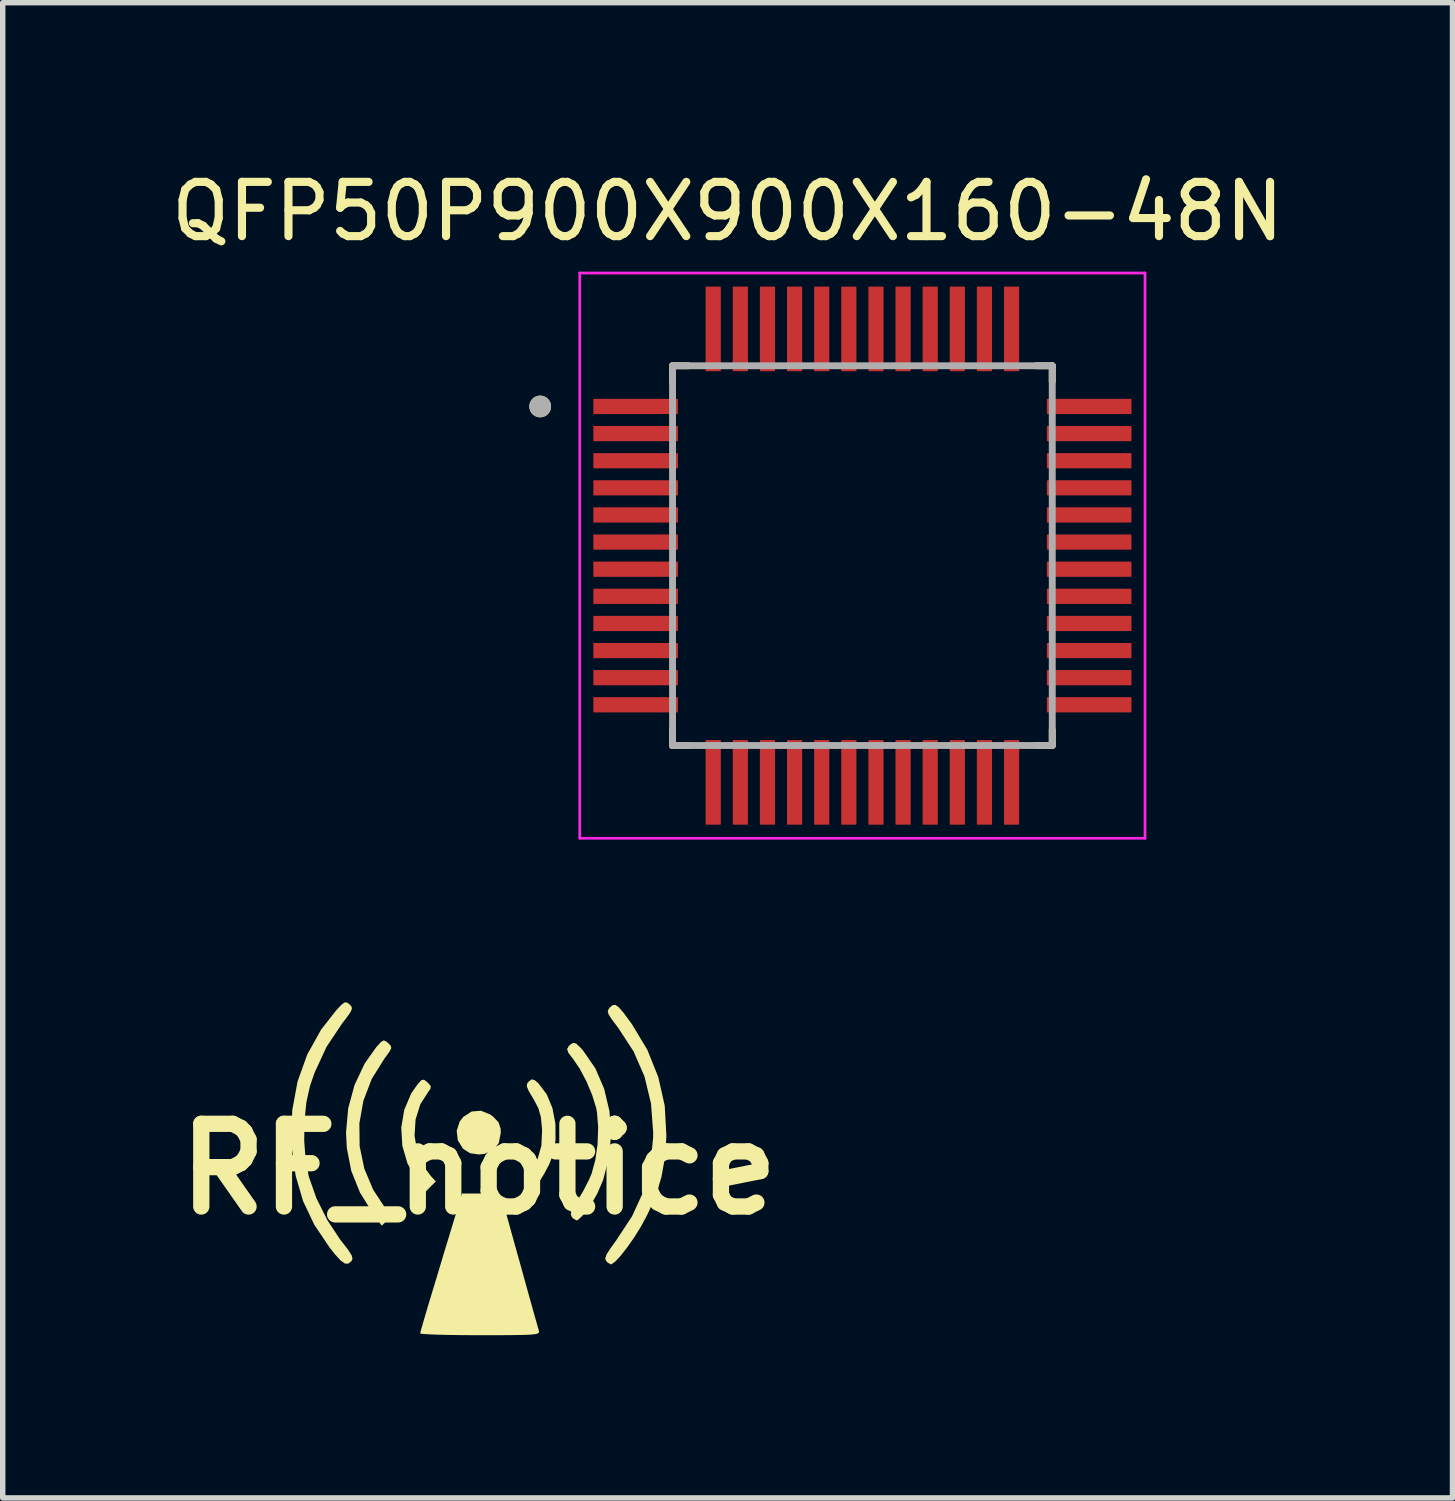
<source format=kicad_pcb>
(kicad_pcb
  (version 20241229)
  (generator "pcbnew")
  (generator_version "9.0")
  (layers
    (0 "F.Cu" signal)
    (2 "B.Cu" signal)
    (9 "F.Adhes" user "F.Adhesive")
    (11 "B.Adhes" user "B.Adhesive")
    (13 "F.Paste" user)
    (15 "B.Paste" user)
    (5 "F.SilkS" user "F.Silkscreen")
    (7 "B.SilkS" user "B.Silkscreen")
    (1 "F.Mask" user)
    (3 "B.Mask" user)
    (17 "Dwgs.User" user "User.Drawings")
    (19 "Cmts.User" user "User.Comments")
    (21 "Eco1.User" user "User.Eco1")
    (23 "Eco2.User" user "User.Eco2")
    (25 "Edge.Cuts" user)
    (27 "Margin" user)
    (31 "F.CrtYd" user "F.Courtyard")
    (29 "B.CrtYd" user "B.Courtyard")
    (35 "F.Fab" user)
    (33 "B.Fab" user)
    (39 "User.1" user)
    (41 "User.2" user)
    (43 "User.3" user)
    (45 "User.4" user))
  (footprint "RF_notice"
    (layer "F.Cu")
    (at 5.777 18.502)
    (property "Reference" "RF_notice" (at 0 0 0) (layer "F.SilkS") (effects (font (size 1.524 1.524) (thickness 0.3))))
    (attr board_only exclude_from_pos_files exclude_from_bom)
    (fp_poly (pts (xy 0.213 -1.005) (xy 0.267 -0.964) (xy 0.364 -0.861) (xy 0.402 -0.744) (xy 0.405 -0.669) (xy 0.368 -0.481) (xy 0.263 -0.348) (xy 0.097 -0.279) (xy 0 -0.27) (xy -0.163 -0.293) (xy -0.286 -0.372) (xy -0.295 -0.381) (xy -0.388 -0.532) (xy -0.408 -0.706) (xy -0.353 -0.876) (xy -0.287 -0.962) (xy -0.132 -1.062) (xy 0.039 -1.076)) (stroke (width 0) (type solid)) (fill yes) (layer "F.SilkS"))
    (fp_poly (pts (xy -0.944 -1.598) (xy -0.885 -1.53) (xy -0.894 -1.475) (xy -0.918 -1.445) (xy -1.077 -1.198) (xy -1.166 -0.915) (xy -1.185 -0.615) (xy -1.134 -0.319) (xy -1.013 -0.044) (xy -0.887 0.125) (xy -0.793 0.227) (xy -0.982 0.416) (xy -1.144 0.197) (xy -1.315 -0.103) (xy -1.41 -0.429) (xy -1.43 -0.765) (xy -1.375 -1.092) (xy -1.246 -1.397) (xy -1.123 -1.571) (xy -1.057 -1.642) (xy -1.009 -1.648)) (stroke (width 0) (type solid)) (fill yes) (layer "F.SilkS"))
    (fp_poly (pts (xy -1.706 -2.353) (xy -1.671 -2.323) (xy -1.624 -2.275) (xy -1.614 -2.23) (xy -1.648 -2.163) (xy -1.73 -2.051) (xy -1.74 -2.038) (xy -1.974 -1.663) (xy -2.128 -1.26) (xy -2.202 -0.843) (xy -2.197 -0.423) (xy -2.112 -0.011) (xy -1.947 0.381) (xy -1.744 0.69) (xy -1.608 0.863) (xy -1.789 1.043) (xy -1.947 0.825) (xy -2.192 0.431) (xy -2.352 0.031) (xy -2.434 -0.393) (xy -2.448 -0.676) (xy -2.408 -1.121) (xy -2.291 -1.551) (xy -2.104 -1.947) (xy -1.89 -2.249) (xy -1.807 -2.341) (xy -1.754 -2.373)) (stroke (width 0) (type solid)) (fill yes) (layer "F.SilkS"))
    (fp_poly (pts (xy 1.029 -1.64) (xy 1.099 -1.581) (xy 1.251 -1.38) (xy 1.357 -1.125) (xy 1.412 -0.836) (xy 1.414 -0.536) (xy 1.36 -0.249) (xy 1.298 -0.09) (xy 1.218 0.063) (xy 1.138 0.197) (xy 1.093 0.261) (xy 1.031 0.331) (xy 0.987 0.334) (xy 0.93 0.278) (xy 0.885 0.219) (xy 0.882 0.164) (xy 0.925 0.083) (xy 0.963 0.026) (xy 1.088 -0.2) (xy 1.153 -0.432) (xy 1.166 -0.705) (xy 1.163 -0.764) (xy 1.143 -0.964) (xy 1.098 -1.12) (xy 1.016 -1.279) (xy 0.998 -1.308) (xy 0.919 -1.441) (xy 0.885 -1.523) (xy 0.89 -1.576) (xy 0.92 -1.615) (xy 0.975 -1.655)) (stroke (width 0) (type solid)) (fill yes) (layer "F.SilkS"))
    (fp_poly (pts (xy 1.799 -2.311) (xy 1.877 -2.236) (xy 1.923 -2.184) (xy 2.149 -1.856) (xy 2.311 -1.479) (xy 2.408 -1.069) (xy 2.439 -0.642) (xy 2.4 -0.214) (xy 2.292 0.2) (xy 2.183 0.453) (xy 2.097 0.604) (xy 1.999 0.749) (xy 1.904 0.866) (xy 1.829 0.935) (xy 1.803 0.946) (xy 1.747 0.915) (xy 1.714 0.882) (xy 1.694 0.83) (xy 1.716 0.753) (xy 1.784 0.633) (xy 1.823 0.574) (xy 1.929 0.395) (xy 2.029 0.199) (xy 2.078 0.086) (xy 2.147 -0.165) (xy 2.189 -0.463) (xy 2.2 -0.77) (xy 2.178 -1.047) (xy 2.162 -1.131) (xy 2.09 -1.364) (xy 1.985 -1.614) (xy 1.863 -1.846) (xy 1.74 -2.027) (xy 1.734 -2.035) (xy 1.651 -2.143) (xy 1.627 -2.213) (xy 1.66 -2.271) (xy 1.695 -2.302) (xy 1.745 -2.329)) (stroke (width 0) (type solid)) (fill yes) (layer "F.SilkS"))
    (fp_poly (pts (xy -2.425 -3.069) (xy -2.383 -3.037) (xy -2.346 -2.996) (xy -2.34 -2.951) (xy -2.371 -2.885) (xy -2.448 -2.778) (xy -2.519 -2.686) (xy -2.807 -2.255) (xy -3.03 -1.772) (xy -3.113 -1.53) (xy -3.179 -1.234) (xy -3.214 -0.887) (xy -3.219 -0.521) (xy -3.193 -0.169) (xy -3.135 0.135) (xy -2.994 0.538) (xy -2.793 0.94) (xy -2.554 1.302) (xy -2.517 1.348) (xy -2.403 1.496) (xy -2.343 1.594) (xy -2.329 1.656) (xy -2.345 1.692) (xy -2.404 1.742) (xy -2.467 1.742) (xy -2.548 1.685) (xy -2.658 1.563) (xy -2.745 1.454) (xy -3.032 1.028) (xy -3.24 0.59) (xy -3.377 0.121) (xy -3.448 -0.394) (xy -3.455 -0.525) (xy -3.44 -1.082) (xy -3.342 -1.614) (xy -3.163 -2.113) (xy -2.907 -2.572) (xy -2.63 -2.926) (xy -2.533 -3.029) (xy -2.472 -3.074)) (stroke (width 0) (type solid)) (fill yes) (layer "F.SilkS"))
    (fp_poly (pts (xy 0.227 0.453) (xy 0.338 0.465) (xy 0.397 0.489) (xy 0.423 0.529) (xy 0.44 0.592) (xy 0.479 0.73) (xy 0.535 0.93) (xy 0.604 1.179) (xy 0.684 1.466) (xy 0.765 1.756) (xy 0.851 2.067) (xy 0.93 2.352) (xy 0.999 2.598) (xy 1.054 2.794) (xy 1.092 2.927) (xy 1.108 2.984) (xy 1.11 3.008) (xy 1.093 3.027) (xy 1.048 3.041) (xy 0.963 3.051) (xy 0.828 3.057) (xy 0.634 3.06) (xy 0.37 3.062) (xy 0.026 3.062) (xy 0.026 3.062) (xy -0.279 3.061) (xy -0.552 3.057) (xy -0.781 3.052) (xy -0.952 3.044) (xy -1.056 3.036) (xy -1.081 3.029) (xy -1.076 3.005) (xy -1.061 2.947) (xy -1.033 2.849) (xy -0.991 2.706) (xy -0.933 2.51) (xy -0.856 2.256) (xy -0.76 1.938) (xy -0.643 1.548) (xy -0.501 1.082) (xy -0.422 0.822) (xy -0.31 0.45) (xy 0.045 0.45)) (stroke (width 0) (type solid)) (fill yes) (layer "F.SilkS"))
    (fp_poly (pts (xy 2.577 -2.986) (xy 2.662 -2.889) (xy 2.782 -2.727) (xy 2.82 -2.675) (xy 3.106 -2.2) (xy 3.309 -1.695) (xy 3.427 -1.169) (xy 3.457 -0.627) (xy 3.454 -0.54) (xy 3.423 -0.17) (xy 3.366 0.148) (xy 3.275 0.449) (xy 3.14 0.769) (xy 3.087 0.878) (xy 2.987 1.062) (xy 2.869 1.252) (xy 2.743 1.432) (xy 2.623 1.587) (xy 2.521 1.699) (xy 2.447 1.754) (xy 2.434 1.756) (xy 2.378 1.726) (xy 2.346 1.693) (xy 2.33 1.647) (xy 2.354 1.575) (xy 2.424 1.464) (xy 2.527 1.322) (xy 2.824 0.871) (xy 3.035 0.411) (xy 3.163 -0.069) (xy 3.213 -0.581) (xy 3.214 -0.676) (xy 3.174 -1.21) (xy 3.054 -1.706) (xy 2.853 -2.169) (xy 2.566 -2.609) (xy 2.549 -2.631) (xy 2.445 -2.769) (xy 2.39 -2.856) (xy 2.377 -2.913) (xy 2.398 -2.958) (xy 2.416 -2.98) (xy 2.466 -3.023) (xy 2.516 -3.028)) (stroke (width 0) (type solid)) (fill yes) (layer "F.SilkS")))
  (footprint "QFP50P900X900X160-48N"
    (layer "F.Cu")
    (at 12.848 7.193)
    (property "Reference" "QFP50P900X900X160-48N" (at -2.485 -6.345 0) (layer "F.SilkS") (effects (font (size 1 1) (thickness 0.15))))
    (attr through_hole)
    (fp_line (start -3.5 -3.5) (end -3.5 -3.21) (stroke (width 0.127) (type solid)) (layer "F.SilkS"))
    (fp_line (start -3.5 -3.5) (end -3.21 -3.5) (stroke (width 0.127) (type solid)) (layer "F.SilkS"))
    (fp_line (start -3.5 3.5) (end -3.5 3.21) (stroke (width 0.127) (type solid)) (layer "F.SilkS"))
    (fp_line (start -3.5 3.5) (end -3.21 3.5) (stroke (width 0.127) (type solid)) (layer "F.SilkS"))
    (fp_line (start 3.5 -3.5) (end 3.21 -3.5) (stroke (width 0.127) (type solid)) (layer "F.SilkS"))
    (fp_line (start 3.5 -3.5) (end 3.5 -3.21) (stroke (width 0.127) (type solid)) (layer "F.SilkS"))
    (fp_line (start 3.5 3.5) (end 3.21 3.5) (stroke (width 0.127) (type solid)) (layer "F.SilkS"))
    (fp_line (start 3.5 3.5) (end 3.5 3.21) (stroke (width 0.127) (type solid)) (layer "F.SilkS"))
    (fp_circle (center -5.94 -2.75) (end -5.84 -2.75) (stroke (width 0.2) (type solid)) (fill no) (layer "F.SilkS"))
    (fp_line (start -5.21 -5.21) (end 5.21 -5.21) (stroke (width 0.05) (type solid)) (layer "F.CrtYd"))
    (fp_line (start -5.21 5.21) (end -5.21 -5.21) (stroke (width 0.05) (type solid)) (layer "F.CrtYd"))
    (fp_line (start -5.21 5.21) (end 5.21 5.21) (stroke (width 0.05) (type solid)) (layer "F.CrtYd"))
    (fp_line (start 5.21 5.21) (end 5.21 -5.21) (stroke (width 0.05) (type solid)) (layer "F.CrtYd"))
    (fp_line (start -3.5 3.5) (end -3.5 -3.5) (stroke (width 0.127) (type solid)) (layer "F.Fab"))
    (fp_line (start 3.5 -3.5) (end -3.5 -3.5) (stroke (width 0.127) (type solid)) (layer "F.Fab"))
    (fp_line (start 3.5 3.5) (end -3.5 3.5) (stroke (width 0.127) (type solid)) (layer "F.Fab"))
    (fp_line (start 3.5 3.5) (end 3.5 -3.5) (stroke (width 0.127) (type solid)) (layer "F.Fab"))
    (fp_circle (center -5.94 -2.75) (end -5.84 -2.75) (stroke (width 0.2) (type solid)) (fill no) (layer "F.Fab"))
    (pad "1" smd roundrect (at -4.18 -2.75) (size 1.56 0.28) (layers "F.Cu" "F.Mask" "F.Paste") (roundrect_rratio 0.04))
    (pad "2" smd roundrect (at -4.18 -2.25) (size 1.56 0.28) (layers "F.Cu" "F.Mask" "F.Paste") (roundrect_rratio 0.04))
    (pad "3" smd roundrect (at -4.18 -1.75) (size 1.56 0.28) (layers "F.Cu" "F.Mask" "F.Paste") (roundrect_rratio 0.04))
    (pad "4" smd roundrect (at -4.18 -1.25) (size 1.56 0.28) (layers "F.Cu" "F.Mask" "F.Paste") (roundrect_rratio 0.04))
    (pad "5" smd roundrect (at -4.18 -0.75) (size 1.56 0.28) (layers "F.Cu" "F.Mask" "F.Paste") (roundrect_rratio 0.04))
    (pad "6" smd roundrect (at -4.18 -0.25) (size 1.56 0.28) (layers "F.Cu" "F.Mask" "F.Paste") (roundrect_rratio 0.04))
    (pad "7" smd roundrect (at -4.18 0.25) (size 1.56 0.28) (layers "F.Cu" "F.Mask" "F.Paste") (roundrect_rratio 0.04))
    (pad "8" smd roundrect (at -4.18 0.75) (size 1.56 0.28) (layers "F.Cu" "F.Mask" "F.Paste") (roundrect_rratio 0.04))
    (pad "9" smd roundrect (at -4.18 1.25) (size 1.56 0.28) (layers "F.Cu" "F.Mask" "F.Paste") (roundrect_rratio 0.04))
    (pad "10" smd roundrect (at -4.18 1.75) (size 1.56 0.28) (layers "F.Cu" "F.Mask" "F.Paste") (roundrect_rratio 0.04))
    (pad "11" smd roundrect (at -4.18 2.25) (size 1.56 0.28) (layers "F.Cu" "F.Mask" "F.Paste") (roundrect_rratio 0.04))
    (pad "12" smd roundrect (at -4.18 2.75) (size 1.56 0.28) (layers "F.Cu" "F.Mask" "F.Paste") (roundrect_rratio 0.04))
    (pad "13" smd roundrect (at -2.75 4.18 90) (size 1.56 0.28) (layers "F.Cu" "F.Mask" "F.Paste") (roundrect_rratio 0.04))
    (pad "14" smd roundrect (at -2.25 4.18 90) (size 1.56 0.28) (layers "F.Cu" "F.Mask" "F.Paste") (roundrect_rratio 0.04))
    (pad "15" smd roundrect (at -1.75 4.18 90) (size 1.56 0.28) (layers "F.Cu" "F.Mask" "F.Paste") (roundrect_rratio 0.04))
    (pad "16" smd roundrect (at -1.25 4.18 90) (size 1.56 0.28) (layers "F.Cu" "F.Mask" "F.Paste") (roundrect_rratio 0.04))
    (pad "17" smd roundrect (at -0.75 4.18 90) (size 1.56 0.28) (layers "F.Cu" "F.Mask" "F.Paste") (roundrect_rratio 0.04))
    (pad "18" smd roundrect (at -0.25 4.18 90) (size 1.56 0.28) (layers "F.Cu" "F.Mask" "F.Paste") (roundrect_rratio 0.04))
    (pad "19" smd roundrect (at 0.25 4.18 90) (size 1.56 0.28) (layers "F.Cu" "F.Mask" "F.Paste") (roundrect_rratio 0.04))
    (pad "20" smd roundrect (at 0.75 4.18 90) (size 1.56 0.28) (layers "F.Cu" "F.Mask" "F.Paste") (roundrect_rratio 0.04))
    (pad "21" smd roundrect (at 1.25 4.18 90) (size 1.56 0.28) (layers "F.Cu" "F.Mask" "F.Paste") (roundrect_rratio 0.04))
    (pad "22" smd roundrect (at 1.75 4.18 90) (size 1.56 0.28) (layers "F.Cu" "F.Mask" "F.Paste") (roundrect_rratio 0.04))
    (pad "23" smd roundrect (at 2.25 4.18 90) (size 1.56 0.28) (layers "F.Cu" "F.Mask" "F.Paste") (roundrect_rratio 0.04))
    (pad "24" smd roundrect (at 2.75 4.18 90) (size 1.56 0.28) (layers "F.Cu" "F.Mask" "F.Paste") (roundrect_rratio 0.04))
    (pad "25" smd roundrect (at 4.18 2.75) (size 1.56 0.28) (layers "F.Cu" "F.Mask" "F.Paste") (roundrect_rratio 0.04))
    (pad "26" smd roundrect (at 4.18 2.25) (size 1.56 0.28) (layers "F.Cu" "F.Mask" "F.Paste") (roundrect_rratio 0.04))
    (pad "27" smd roundrect (at 4.18 1.75) (size 1.56 0.28) (layers "F.Cu" "F.Mask" "F.Paste") (roundrect_rratio 0.04))
    (pad "28" smd roundrect (at 4.18 1.25) (size 1.56 0.28) (layers "F.Cu" "F.Mask" "F.Paste") (roundrect_rratio 0.04))
    (pad "29" smd roundrect (at 4.18 0.75) (size 1.56 0.28) (layers "F.Cu" "F.Mask" "F.Paste") (roundrect_rratio 0.04))
    (pad "30" smd roundrect (at 4.18 0.25) (size 1.56 0.28) (layers "F.Cu" "F.Mask" "F.Paste") (roundrect_rratio 0.04))
    (pad "31" smd roundrect (at 4.18 -0.25) (size 1.56 0.28) (layers "F.Cu" "F.Mask" "F.Paste") (roundrect_rratio 0.04))
    (pad "32" smd roundrect (at 4.18 -0.75) (size 1.56 0.28) (layers "F.Cu" "F.Mask" "F.Paste") (roundrect_rratio 0.04))
    (pad "33" smd roundrect (at 4.18 -1.25) (size 1.56 0.28) (layers "F.Cu" "F.Mask" "F.Paste") (roundrect_rratio 0.04))
    (pad "34" smd roundrect (at 4.18 -1.75) (size 1.56 0.28) (layers "F.Cu" "F.Mask" "F.Paste") (roundrect_rratio 0.04))
    (pad "35" smd roundrect (at 4.18 -2.25) (size 1.56 0.28) (layers "F.Cu" "F.Mask" "F.Paste") (roundrect_rratio 0.04))
    (pad "36" smd roundrect (at 4.18 -2.75) (size 1.56 0.28) (layers "F.Cu" "F.Mask" "F.Paste") (roundrect_rratio 0.04))
    (pad "37" smd roundrect (at 2.75 -4.18 90) (size 1.56 0.28) (layers "F.Cu" "F.Mask" "F.Paste") (roundrect_rratio 0.04))
    (pad "38" smd roundrect (at 2.25 -4.18 90) (size 1.56 0.28) (layers "F.Cu" "F.Mask" "F.Paste") (roundrect_rratio 0.04))
    (pad "39" smd roundrect (at 1.75 -4.18 90) (size 1.56 0.28) (layers "F.Cu" "F.Mask" "F.Paste") (roundrect_rratio 0.04))
    (pad "40" smd roundrect (at 1.25 -4.18 90) (size 1.56 0.28) (layers "F.Cu" "F.Mask" "F.Paste") (roundrect_rratio 0.04))
    (pad "41" smd roundrect (at 0.75 -4.18 90) (size 1.56 0.28) (layers "F.Cu" "F.Mask" "F.Paste") (roundrect_rratio 0.04))
    (pad "42" smd roundrect (at 0.25 -4.18 90) (size 1.56 0.28) (layers "F.Cu" "F.Mask" "F.Paste") (roundrect_rratio 0.04))
    (pad "43" smd roundrect (at -0.25 -4.18 90) (size 1.56 0.28) (layers "F.Cu" "F.Mask" "F.Paste") (roundrect_rratio 0.04))
    (pad "44" smd roundrect (at -0.75 -4.18 90) (size 1.56 0.28) (layers "F.Cu" "F.Mask" "F.Paste") (roundrect_rratio 0.04))
    (pad "45" smd roundrect (at -1.25 -4.18 90) (size 1.56 0.28) (layers "F.Cu" "F.Mask" "F.Paste") (roundrect_rratio 0.04))
    (pad "46" smd roundrect (at -1.75 -4.18 90) (size 1.56 0.28) (layers "F.Cu" "F.Mask" "F.Paste") (roundrect_rratio 0.04))
    (pad "47" smd roundrect (at -2.25 -4.18 90) (size 1.56 0.28) (layers "F.Cu" "F.Mask" "F.Paste") (roundrect_rratio 0.04))
    (pad "48" smd roundrect (at -2.75 -4.18 90) (size 1.56 0.28) (layers "F.Cu" "F.Mask" "F.Paste") (roundrect_rratio 0.04)))
  (gr_rect
    (start -3 -3)
    (end 23.726 24.564)
    (stroke (width 0.1) (type default))
    (fill no)
    (layer "Edge.Cuts")))
</source>
